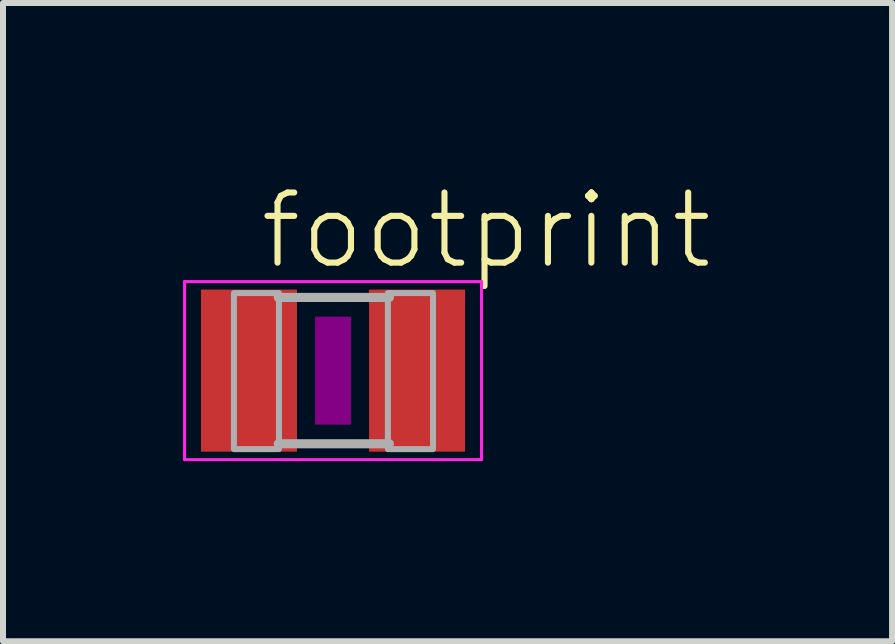
<source format=kicad_pcb>
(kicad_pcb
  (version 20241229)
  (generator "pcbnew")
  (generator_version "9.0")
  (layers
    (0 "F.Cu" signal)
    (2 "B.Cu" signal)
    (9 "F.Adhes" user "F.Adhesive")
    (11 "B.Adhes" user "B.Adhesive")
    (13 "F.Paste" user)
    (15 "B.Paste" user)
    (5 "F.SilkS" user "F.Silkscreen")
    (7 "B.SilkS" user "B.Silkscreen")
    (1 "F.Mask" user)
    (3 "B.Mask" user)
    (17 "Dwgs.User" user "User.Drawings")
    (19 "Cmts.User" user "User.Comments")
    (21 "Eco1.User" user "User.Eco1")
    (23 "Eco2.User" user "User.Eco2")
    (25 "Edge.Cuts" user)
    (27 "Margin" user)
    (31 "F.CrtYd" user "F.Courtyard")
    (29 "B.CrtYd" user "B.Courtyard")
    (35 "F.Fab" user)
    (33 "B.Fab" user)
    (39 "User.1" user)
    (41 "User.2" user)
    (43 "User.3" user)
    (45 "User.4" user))
  (footprint "footprint"
    (layer "F.Cu")
    (at 2.498 3.124)
    (property "Reference" "footprint" (at -1.27 -1.651 0) (layer "F.SilkS") (effects (font (size 1.168 1.168) (thickness 0.102)) (justify left bottom)))
    (fp_poly (pts (xy -0.3 0.9) (xy 0.3 0.9) (xy 0.3 -0.9) (xy -0.3 -0.9)) (stroke (width 0) (type solid)) (fill yes) (layer "F.Adhes"))
    (fp_line (start -2.473 -1.483) (end 2.473 -1.483) (stroke (width 0.051) (type solid)) (layer "F.CrtYd"))
    (fp_line (start -2.473 1.483) (end -2.473 -1.483) (stroke (width 0.051) (type solid)) (layer "F.CrtYd"))
    (fp_line (start 2.473 -1.483) (end 2.473 1.483) (stroke (width 0.051) (type solid)) (layer "F.CrtYd"))
    (fp_line (start 2.473 1.483) (end -2.473 1.483) (stroke (width 0.051) (type solid)) (layer "F.CrtYd"))
    (fp_line (start -0.913 -1.219) (end 0.939 -1.219) (stroke (width 0.152) (type solid)) (layer "F.Fab"))
    (fp_line (start -0.913 1.219) (end 0.939 1.219) (stroke (width 0.152) (type solid)) (layer "F.Fab"))
    (fp_poly (pts (xy -1.651 1.308) (xy -0.901 1.308) (xy -0.901 -1.292) (xy -1.651 -1.292)) (stroke (width 0.1) (type solid)) (fill no) (layer "F.Fab"))
    (fp_poly (pts (xy 0.914 1.308) (xy 1.665 1.308) (xy 1.665 -1.292) (xy 0.914 -1.292)) (stroke (width 0.1) (type solid)) (fill no) (layer "F.Fab"))
    (pad "1" smd rect (at -1.4 0) (size 1.6 2.7) (layers "F.Cu" "F.Mask" "F.Paste"))
    (pad "2" smd rect (at 1.4 0) (size 1.6 2.7) (layers "F.Cu" "F.Mask" "F.Paste")))
  (gr_rect
    (start -3 -3)
    (end 11.811 7.633)
    (stroke (width 0.1) (type default))
    (fill no)
    (layer "Edge.Cuts")))
</source>
